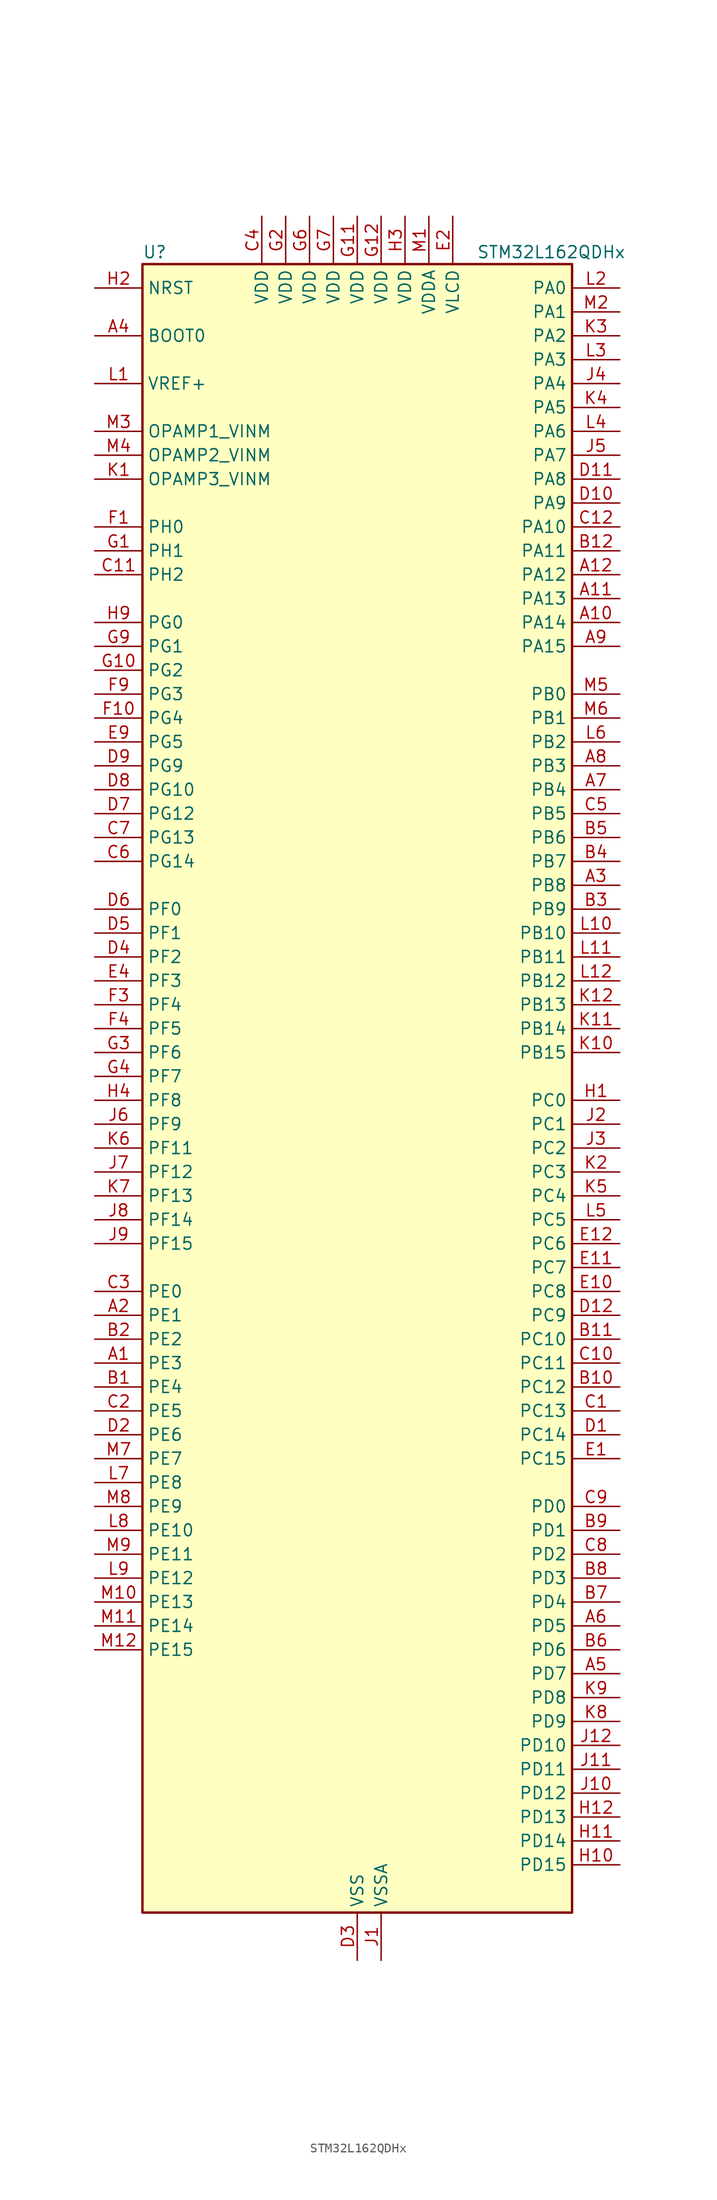
<source format=kicad_sym>
(kicad_symbol_lib
  (version 20231120)
  (generator "kicad-library-utils")
  (generator_version "8.0")
  (symbol "STM32L162QDHx"
    (property "Reference" "U"
      (at -22.86 90.17 0)
      (effects (font (size 1.27 1.27)) (justify left)))
    (property "Value" "STM32L162QDHx"
      (at 12.7 90.17 0)
      (effects (font (size 1.27 1.27)) (justify left)))
    (symbol "STM32L162QDHx_0_1"
      (rectangle (start -22.86 -86.36) (end 22.86 88.9) (stroke (width 0.254) (type default)) (fill (type background))))
    (symbol "STM32L162QDHx_1_1"
      (pin bidirectional line (at -27.94 -27.94 0) (length 5.08) (name "PE3" (effects (font (size 1.27 1.27)))) (number "A1" (effects (font (size 1.27 1.27)))) (alternate "FSMC_A19" bidirectional line) (alternate "LCD_SEG39" bidirectional line) (alternate "SYS_TRACED0" bidirectional line) (alternate "TIM3_CH1" bidirectional line) (alternate "TIMX_IC4" bidirectional line))
      (pin bidirectional line (at 27.94 50.8 180) (length 5.08) (name "PA14" (effects (font (size 1.27 1.27)))) (number "A10" (effects (font (size 1.27 1.27)))) (alternate "SYS_JTCK-SWCLK" bidirectional line) (alternate "TIMX_IC3" bidirectional line) (alternate "TS_G5_IO2" bidirectional line))
      (pin bidirectional line (at 27.94 53.34 180) (length 5.08) (name "PA13" (effects (font (size 1.27 1.27)))) (number "A11" (effects (font (size 1.27 1.27)))) (alternate "SYS_JTMS-SWDIO" bidirectional line) (alternate "TIMX_IC2" bidirectional line) (alternate "TS_G5_IO1" bidirectional line))
      (pin bidirectional line (at 27.94 55.88 180) (length 5.08) (name "PA12" (effects (font (size 1.27 1.27)))) (number "A12" (effects (font (size 1.27 1.27)))) (alternate "SPI1_MOSI" bidirectional line) (alternate "TIMX_IC1" bidirectional line) (alternate "USART1_RTS" bidirectional line) (alternate "USB_DP" bidirectional line))
      (pin bidirectional line (at -27.94 -22.86 0) (length 5.08) (name "PE1" (effects (font (size 1.27 1.27)))) (number "A2" (effects (font (size 1.27 1.27)))) (alternate "FSMC_NBL1" bidirectional line) (alternate "LCD_SEG37" bidirectional line) (alternate "TIM11_CH1" bidirectional line) (alternate "TIMX_IC2" bidirectional line))
      (pin bidirectional line (at 27.94 22.86 180) (length 5.08) (name "PB8" (effects (font (size 1.27 1.27)))) (number "A3" (effects (font (size 1.27 1.27)))) (alternate "I2C1_SCL" bidirectional line) (alternate "LCD_SEG16" bidirectional line) (alternate "SDIO_D4" bidirectional line) (alternate "TIM10_CH1" bidirectional line) (alternate "TIM4_CH3" bidirectional line))
      (pin input line (at -27.94 81.28 0) (length 5.08) (name "BOOT0" (effects (font (size 1.27 1.27)))) (number "A4" (effects (font (size 1.27 1.27)))))
      (pin bidirectional line (at 27.94 -60.96 180) (length 5.08) (name "PD7" (effects (font (size 1.27 1.27)))) (number "A5" (effects (font (size 1.27 1.27)))) (alternate "FSMC_NE1" bidirectional line) (alternate "TIM9_CH2" bidirectional line) (alternate "TIMX_IC4" bidirectional line) (alternate "USART2_CK" bidirectional line))
      (pin bidirectional line (at 27.94 -55.88 180) (length 5.08) (name "PD5" (effects (font (size 1.27 1.27)))) (number "A6" (effects (font (size 1.27 1.27)))) (alternate "FSMC_NWE" bidirectional line) (alternate "TIMX_IC2" bidirectional line) (alternate "USART2_TX" bidirectional line))
      (pin bidirectional line (at 27.94 33.02 180) (length 5.08) (name "PB4" (effects (font (size 1.27 1.27)))) (number "A7" (effects (font (size 1.27 1.27)))) (alternate "COMP2_INP" bidirectional line) (alternate "LCD_SEG8" bidirectional line) (alternate "SPI1_MISO" bidirectional line) (alternate "SPI3_MISO" bidirectional line) (alternate "SYS_JTRST" bidirectional line) (alternate "TIM3_CH1" bidirectional line) (alternate "TS_G6_IO1" bidirectional line))
      (pin bidirectional line (at 27.94 35.56 180) (length 5.08) (name "PB3" (effects (font (size 1.27 1.27)))) (number "A8" (effects (font (size 1.27 1.27)))) (alternate "COMP2_INM" bidirectional line) (alternate "I2S3_CK" bidirectional line) (alternate "LCD_SEG7" bidirectional line) (alternate "SPI1_SCK" bidirectional line) (alternate "SPI3_SCK" bidirectional line) (alternate "SYS_JTDO-TRACESWO" bidirectional line) (alternate "TIM2_CH2" bidirectional line))
      (pin bidirectional line (at 27.94 48.26 180) (length 5.08) (name "PA15" (effects (font (size 1.27 1.27)))) (number "A9" (effects (font (size 1.27 1.27)))) (alternate "ADC_EXTI15" bidirectional line) (alternate "I2S3_WS" bidirectional line) (alternate "LCD_SEG17" bidirectional line) (alternate "SPI1_NSS" bidirectional line) (alternate "SPI3_NSS" bidirectional line) (alternate "SYS_JTDI" bidirectional line) (alternate "TIM2_CH1" bidirectional line) (alternate "TIM2_ETR" bidirectional line) (alternate "TIMX_IC4" bidirectional line) (alternate "TS_G5_IO3" bidirectional line))
      (pin bidirectional line (at -27.94 -30.48 0) (length 5.08) (name "PE4" (effects (font (size 1.27 1.27)))) (number "B1" (effects (font (size 1.27 1.27)))) (alternate "FSMC_A20" bidirectional line) (alternate "SYS_TRACED1" bidirectional line) (alternate "TIM3_CH2" bidirectional line) (alternate "TIMX_IC1" bidirectional line))
      (pin bidirectional line (at 27.94 -30.48 180) (length 5.08) (name "PC12" (effects (font (size 1.27 1.27)))) (number "B10" (effects (font (size 1.27 1.27)))) (alternate "I2S3_SD" bidirectional line) (alternate "LCD_COM6" bidirectional line) (alternate "LCD_SEG30" bidirectional line) (alternate "LCD_SEG42" bidirectional line) (alternate "SDIO_CK" bidirectional line) (alternate "SPI3_MOSI" bidirectional line) (alternate "TIMX_IC1" bidirectional line) (alternate "UART5_TX" bidirectional line) (alternate "USART3_CK" bidirectional line))
      (pin bidirectional line (at 27.94 -25.4 180) (length 5.08) (name "PC10" (effects (font (size 1.27 1.27)))) (number "B11" (effects (font (size 1.27 1.27)))) (alternate "I2S3_CK" bidirectional line) (alternate "LCD_COM4" bidirectional line) (alternate "LCD_SEG28" bidirectional line) (alternate "LCD_SEG40" bidirectional line) (alternate "SDIO_D2" bidirectional line) (alternate "SPI3_SCK" bidirectional line) (alternate "TIMX_IC3" bidirectional line) (alternate "UART4_TX" bidirectional line) (alternate "USART3_TX" bidirectional line))
      (pin bidirectional line (at 27.94 58.42 180) (length 5.08) (name "PA11" (effects (font (size 1.27 1.27)))) (number "B12" (effects (font (size 1.27 1.27)))) (alternate "ADC_EXTI11" bidirectional line) (alternate "SPI1_MISO" bidirectional line) (alternate "TIMX_IC4" bidirectional line) (alternate "USART1_CTS" bidirectional line) (alternate "USB_DM" bidirectional line))
      (pin bidirectional line (at -27.94 -25.4 0) (length 5.08) (name "PE2" (effects (font (size 1.27 1.27)))) (number "B2" (effects (font (size 1.27 1.27)))) (alternate "FSMC_A23" bidirectional line) (alternate "LCD_SEG38" bidirectional line) (alternate "SYS_TRACECK" bidirectional line) (alternate "TIM3_ETR" bidirectional line) (alternate "TIMX_IC3" bidirectional line))
      (pin bidirectional line (at 27.94 20.32 180) (length 5.08) (name "PB9" (effects (font (size 1.27 1.27)))) (number "B3" (effects (font (size 1.27 1.27)))) (alternate "DAC_EXTI9" bidirectional line) (alternate "I2C1_SDA" bidirectional line) (alternate "LCD_COM3" bidirectional line) (alternate "SDIO_D5" bidirectional line) (alternate "TIM11_CH1" bidirectional line) (alternate "TIM4_CH4" bidirectional line))
      (pin bidirectional line (at 27.94 25.4 180) (length 5.08) (name "PB7" (effects (font (size 1.27 1.27)))) (number "B4" (effects (font (size 1.27 1.27)))) (alternate "COMP2_INP" bidirectional line) (alternate "FSMC_NL" bidirectional line) (alternate "I2C1_SDA" bidirectional line) (alternate "SYS_PVD_IN" bidirectional line) (alternate "TIM4_CH2" bidirectional line) (alternate "TS_G6_IO4" bidirectional line) (alternate "USART1_RX" bidirectional line))
      (pin bidirectional line (at 27.94 27.94 180) (length 5.08) (name "PB6" (effects (font (size 1.27 1.27)))) (number "B5" (effects (font (size 1.27 1.27)))) (alternate "COMP2_INP" bidirectional line) (alternate "I2C1_SCL" bidirectional line) (alternate "TIM4_CH1" bidirectional line) (alternate "TS_G6_IO3" bidirectional line) (alternate "USART1_TX" bidirectional line))
      (pin bidirectional line (at 27.94 -58.42 180) (length 5.08) (name "PD6" (effects (font (size 1.27 1.27)))) (number "B6" (effects (font (size 1.27 1.27)))) (alternate "FSMC_NWAIT" bidirectional line) (alternate "TIMX_IC3" bidirectional line) (alternate "USART2_RX" bidirectional line))
      (pin bidirectional line (at 27.94 -53.34 180) (length 5.08) (name "PD4" (effects (font (size 1.27 1.27)))) (number "B7" (effects (font (size 1.27 1.27)))) (alternate "FSMC_NOE" bidirectional line) (alternate "I2S2_SD" bidirectional line) (alternate "SPI2_MOSI" bidirectional line) (alternate "TIMX_IC1" bidirectional line) (alternate "USART2_RTS" bidirectional line))
      (pin bidirectional line (at 27.94 -50.8 180) (length 5.08) (name "PD3" (effects (font (size 1.27 1.27)))) (number "B8" (effects (font (size 1.27 1.27)))) (alternate "FSMC_CLK" bidirectional line) (alternate "SPI2_MISO" bidirectional line) (alternate "TIMX_IC4" bidirectional line) (alternate "USART2_CTS" bidirectional line))
      (pin bidirectional line (at 27.94 -45.72 180) (length 5.08) (name "PD1" (effects (font (size 1.27 1.27)))) (number "B9" (effects (font (size 1.27 1.27)))) (alternate "FSMC_D3" bidirectional line) (alternate "FSMC_DA3" bidirectional line) (alternate "I2S2_CK" bidirectional line) (alternate "SPI2_SCK" bidirectional line) (alternate "TIMX_IC2" bidirectional line))
      (pin bidirectional line (at 27.94 -33.02 180) (length 5.08) (name "PC13" (effects (font (size 1.27 1.27)))) (number "C1" (effects (font (size 1.27 1.27)))) (alternate "RTC_OUT_ALARM" bidirectional line) (alternate "RTC_OUT_CALIB" bidirectional line) (alternate "RTC_TAMP1" bidirectional line) (alternate "RTC_TS" bidirectional line) (alternate "SYS_WKUP2" bidirectional line) (alternate "TIMX_IC2" bidirectional line))
      (pin bidirectional line (at 27.94 -27.94 180) (length 5.08) (name "PC11" (effects (font (size 1.27 1.27)))) (number "C10" (effects (font (size 1.27 1.27)))) (alternate "ADC_EXTI11" bidirectional line) (alternate "LCD_COM5" bidirectional line) (alternate "LCD_SEG29" bidirectional line) (alternate "LCD_SEG41" bidirectional line) (alternate "SDIO_D3" bidirectional line) (alternate "SPI3_MISO" bidirectional line) (alternate "TIMX_IC4" bidirectional line) (alternate "UART4_RX" bidirectional line) (alternate "USART3_RX" bidirectional line))
      (pin bidirectional line (at -27.94 55.88 0) (length 5.08) (name "PH2" (effects (font (size 1.27 1.27)))) (number "C11" (effects (font (size 1.27 1.27)))) (alternate "FSMC_A22" bidirectional line))
      (pin bidirectional line (at 27.94 60.96 180) (length 5.08) (name "PA10" (effects (font (size 1.27 1.27)))) (number "C12" (effects (font (size 1.27 1.27)))) (alternate "LCD_COM2" bidirectional line) (alternate "TIMX_IC3" bidirectional line) (alternate "TS_G4_IO3" bidirectional line) (alternate "USART1_RX" bidirectional line))
      (pin bidirectional line (at -27.94 -33.02 0) (length 5.08) (name "PE5" (effects (font (size 1.27 1.27)))) (number "C2" (effects (font (size 1.27 1.27)))) (alternate "FSMC_A21" bidirectional line) (alternate "SYS_TRACED2" bidirectional line) (alternate "TIM9_CH1" bidirectional line) (alternate "TIMX_IC2" bidirectional line))
      (pin bidirectional line (at -27.94 -20.32 0) (length 5.08) (name "PE0" (effects (font (size 1.27 1.27)))) (number "C3" (effects (font (size 1.27 1.27)))) (alternate "FSMC_NBL0" bidirectional line) (alternate "LCD_SEG36" bidirectional line) (alternate "TIM10_CH1" bidirectional line) (alternate "TIM4_ETR" bidirectional line) (alternate "TIMX_IC1" bidirectional line))
      (pin power_in line (at -10.16 93.98 270) (length 5.08) (name "VDD" (effects (font (size 1.27 1.27)))) (number "C4" (effects (font (size 1.27 1.27)))))
      (pin bidirectional line (at 27.94 30.48 180) (length 5.08) (name "PB5" (effects (font (size 1.27 1.27)))) (number "C5" (effects (font (size 1.27 1.27)))) (alternate "COMP2_INP" bidirectional line) (alternate "I2C1_SMBA" bidirectional line) (alternate "I2S3_SD" bidirectional line) (alternate "LCD_SEG9" bidirectional line) (alternate "SPI1_MOSI" bidirectional line) (alternate "SPI3_MOSI" bidirectional line) (alternate "TIM3_CH2" bidirectional line) (alternate "TS_G6_IO2" bidirectional line))
      (pin bidirectional line (at -27.94 25.4 0) (length 5.08) (name "PG14" (effects (font (size 1.27 1.27)))) (number "C6" (effects (font (size 1.27 1.27)))) (alternate "FSMC_A25" bidirectional line))
      (pin bidirectional line (at -27.94 27.94 0) (length 5.08) (name "PG13" (effects (font (size 1.27 1.27)))) (number "C7" (effects (font (size 1.27 1.27)))) (alternate "FSMC_A24" bidirectional line))
      (pin bidirectional line (at 27.94 -48.26 180) (length 5.08) (name "PD2" (effects (font (size 1.27 1.27)))) (number "C8" (effects (font (size 1.27 1.27)))) (alternate "LCD_COM7" bidirectional line) (alternate "LCD_SEG31" bidirectional line) (alternate "LCD_SEG43" bidirectional line) (alternate "SDIO_CMD" bidirectional line) (alternate "TIM3_ETR" bidirectional line) (alternate "TIMX_IC3" bidirectional line) (alternate "UART5_RX" bidirectional line))
      (pin bidirectional line (at 27.94 -43.18 180) (length 5.08) (name "PD0" (effects (font (size 1.27 1.27)))) (number "C9" (effects (font (size 1.27 1.27)))) (alternate "FSMC_D2" bidirectional line) (alternate "FSMC_DA2" bidirectional line) (alternate "I2S2_WS" bidirectional line) (alternate "SPI2_NSS" bidirectional line) (alternate "TIM9_CH1" bidirectional line) (alternate "TIMX_IC1" bidirectional line))
      (pin bidirectional line (at 27.94 -35.56 180) (length 5.08) (name "PC14" (effects (font (size 1.27 1.27)))) (number "D1" (effects (font (size 1.27 1.27)))) (alternate "RCC_OSC32_IN" bidirectional line) (alternate "TIMX_IC3" bidirectional line))
      (pin bidirectional line (at 27.94 63.5 180) (length 5.08) (name "PA9" (effects (font (size 1.27 1.27)))) (number "D10" (effects (font (size 1.27 1.27)))) (alternate "DAC_EXTI9" bidirectional line) (alternate "LCD_COM1" bidirectional line) (alternate "TIMX_IC2" bidirectional line) (alternate "TS_G4_IO2" bidirectional line) (alternate "USART1_TX" bidirectional line))
      (pin bidirectional line (at 27.94 66.04 180) (length 5.08) (name "PA8" (effects (font (size 1.27 1.27)))) (number "D11" (effects (font (size 1.27 1.27)))) (alternate "LCD_COM0" bidirectional line) (alternate "RCC_MCO" bidirectional line) (alternate "TIMX_IC1" bidirectional line) (alternate "TS_G4_IO1" bidirectional line) (alternate "USART1_CK" bidirectional line))
      (pin bidirectional line (at 27.94 -22.86 180) (length 5.08) (name "PC9" (effects (font (size 1.27 1.27)))) (number "D12" (effects (font (size 1.27 1.27)))) (alternate "DAC_EXTI9" bidirectional line) (alternate "LCD_SEG27" bidirectional line) (alternate "SDIO_D1" bidirectional line) (alternate "TIM3_CH4" bidirectional line) (alternate "TIMX_IC2" bidirectional line) (alternate "TS_G10_IO4" bidirectional line))
      (pin bidirectional line (at -27.94 -35.56 0) (length 5.08) (name "PE6" (effects (font (size 1.27 1.27)))) (number "D2" (effects (font (size 1.27 1.27)))) (alternate "RTC_TAMP3" bidirectional line) (alternate "SYS_TRACED3" bidirectional line) (alternate "SYS_WKUP3" bidirectional line) (alternate "TIM9_CH2" bidirectional line) (alternate "TIMX_IC3" bidirectional line))
      (pin power_in line (at 0 -91.44 90) (length 5.08) (name "VSS" (effects (font (size 1.27 1.27)))) (number "D3" (effects (font (size 1.27 1.27)))))
      (pin bidirectional line (at -27.94 15.24 0) (length 5.08) (name "PF2" (effects (font (size 1.27 1.27)))) (number "D4" (effects (font (size 1.27 1.27)))) (alternate "FSMC_A2" bidirectional line))
      (pin bidirectional line (at -27.94 17.78 0) (length 5.08) (name "PF1" (effects (font (size 1.27 1.27)))) (number "D5" (effects (font (size 1.27 1.27)))) (alternate "FSMC_A1" bidirectional line))
      (pin bidirectional line (at -27.94 20.32 0) (length 5.08) (name "PF0" (effects (font (size 1.27 1.27)))) (number "D6" (effects (font (size 1.27 1.27)))) (alternate "FSMC_A0" bidirectional line))
      (pin bidirectional line (at -27.94 30.48 0) (length 5.08) (name "PG12" (effects (font (size 1.27 1.27)))) (number "D7" (effects (font (size 1.27 1.27)))) (alternate "FSMC_NE4" bidirectional line))
      (pin bidirectional line (at -27.94 33.02 0) (length 5.08) (name "PG10" (effects (font (size 1.27 1.27)))) (number "D8" (effects (font (size 1.27 1.27)))) (alternate "FSMC_NE3" bidirectional line))
      (pin bidirectional line (at -27.94 35.56 0) (length 5.08) (name "PG9" (effects (font (size 1.27 1.27)))) (number "D9" (effects (font (size 1.27 1.27)))) (alternate "DAC_EXTI9" bidirectional line) (alternate "FSMC_NE2" bidirectional line))
      (pin bidirectional line (at 27.94 -38.1 180) (length 5.08) (name "PC15" (effects (font (size 1.27 1.27)))) (number "E1" (effects (font (size 1.27 1.27)))) (alternate "ADC_EXTI15" bidirectional line) (alternate "RCC_OSC32_OUT" bidirectional line) (alternate "TIMX_IC4" bidirectional line))
      (pin bidirectional line (at 27.94 -20.32 180) (length 5.08) (name "PC8" (effects (font (size 1.27 1.27)))) (number "E10" (effects (font (size 1.27 1.27)))) (alternate "LCD_SEG26" bidirectional line) (alternate "SDIO_D0" bidirectional line) (alternate "TIM3_CH3" bidirectional line) (alternate "TIMX_IC1" bidirectional line) (alternate "TS_G10_IO3" bidirectional line))
      (pin bidirectional line (at 27.94 -17.78 180) (length 5.08) (name "PC7" (effects (font (size 1.27 1.27)))) (number "E11" (effects (font (size 1.27 1.27)))) (alternate "I2S3_MCK" bidirectional line) (alternate "LCD_SEG25" bidirectional line) (alternate "SDIO_D7" bidirectional line) (alternate "TIM3_CH2" bidirectional line) (alternate "TIMX_IC4" bidirectional line) (alternate "TS_G10_IO2" bidirectional line))
      (pin bidirectional line (at 27.94 -15.24 180) (length 5.08) (name "PC6" (effects (font (size 1.27 1.27)))) (number "E12" (effects (font (size 1.27 1.27)))) (alternate "I2S2_MCK" bidirectional line) (alternate "LCD_SEG24" bidirectional line) (alternate "SDIO_D6" bidirectional line) (alternate "TIM3_CH1" bidirectional line) (alternate "TIMX_IC3" bidirectional line) (alternate "TS_G10_IO1" bidirectional line))
      (pin power_in line (at 10.16 93.98 270) (length 5.08) (name "VLCD" (effects (font (size 1.27 1.27)))) (number "E2" (effects (font (size 1.27 1.27)))))
      (pin passive line (at 0 -91.44 90) (length 5.08) hide (name "VSS" (effects (font (size 1.27 1.27)))) (number "E3" (effects (font (size 1.27 1.27)))))
      (pin bidirectional line (at -27.94 12.7 0) (length 5.08) (name "PF3" (effects (font (size 1.27 1.27)))) (number "E4" (effects (font (size 1.27 1.27)))) (alternate "FSMC_A3" bidirectional line))
      (pin bidirectional line (at -27.94 38.1 0) (length 5.08) (name "PG5" (effects (font (size 1.27 1.27)))) (number "E9" (effects (font (size 1.27 1.27)))) (alternate "FSMC_A15" bidirectional line))
      (pin bidirectional line (at -27.94 60.96 0) (length 5.08) (name "PH0" (effects (font (size 1.27 1.27)))) (number "F1" (effects (font (size 1.27 1.27)))) (alternate "RCC_OSC_IN" bidirectional line))
      (pin bidirectional line (at -27.94 40.64 0) (length 5.08) (name "PG4" (effects (font (size 1.27 1.27)))) (number "F10" (effects (font (size 1.27 1.27)))) (alternate "ADC_IN12b" bidirectional line) (alternate "FSMC_A14" bidirectional line) (alternate "TS_G7_IO7" bidirectional line))
      (pin passive line (at 0 -91.44 90) (length 5.08) hide (name "VSS" (effects (font (size 1.27 1.27)))) (number "F11" (effects (font (size 1.27 1.27)))))
      (pin passive line (at 0 -91.44 90) (length 5.08) hide (name "VSS" (effects (font (size 1.27 1.27)))) (number "F12" (effects (font (size 1.27 1.27)))))
      (pin passive line (at 0 -91.44 90) (length 5.08) hide (name "VSS" (effects (font (size 1.27 1.27)))) (number "F2" (effects (font (size 1.27 1.27)))))
      (pin bidirectional line (at -27.94 10.16 0) (length 5.08) (name "PF4" (effects (font (size 1.27 1.27)))) (number "F3" (effects (font (size 1.27 1.27)))) (alternate "FSMC_A4" bidirectional line))
      (pin bidirectional line (at -27.94 7.62 0) (length 5.08) (name "PF5" (effects (font (size 1.27 1.27)))) (number "F4" (effects (font (size 1.27 1.27)))) (alternate "FSMC_A5" bidirectional line))
      (pin passive line (at 0 -91.44 90) (length 5.08) hide (name "VSS" (effects (font (size 1.27 1.27)))) (number "F6" (effects (font (size 1.27 1.27)))))
      (pin passive line (at 0 -91.44 90) (length 5.08) hide (name "VSS" (effects (font (size 1.27 1.27)))) (number "F7" (effects (font (size 1.27 1.27)))))
      (pin bidirectional line (at -27.94 43.18 0) (length 5.08) (name "PG3" (effects (font (size 1.27 1.27)))) (number "F9" (effects (font (size 1.27 1.27)))) (alternate "ADC_IN11b" bidirectional line) (alternate "FSMC_A13" bidirectional line) (alternate "TS_G7_IO6" bidirectional line))
      (pin bidirectional line (at -27.94 58.42 0) (length 5.08) (name "PH1" (effects (font (size 1.27 1.27)))) (number "G1" (effects (font (size 1.27 1.27)))) (alternate "RCC_OSC_OUT" bidirectional line))
      (pin bidirectional line (at -27.94 45.72 0) (length 5.08) (name "PG2" (effects (font (size 1.27 1.27)))) (number "G10" (effects (font (size 1.27 1.27)))) (alternate "ADC_IN10b" bidirectional line) (alternate "FSMC_A12" bidirectional line) (alternate "TS_G7_IO5" bidirectional line))
      (pin power_in line (at 0 93.98 270) (length 5.08) (name "VDD" (effects (font (size 1.27 1.27)))) (number "G11" (effects (font (size 1.27 1.27)))))
      (pin power_in line (at 2.54 93.98 270) (length 5.08) (name "VDD" (effects (font (size 1.27 1.27)))) (number "G12" (effects (font (size 1.27 1.27)))))
      (pin power_in line (at -7.62 93.98 270) (length 5.08) (name "VDD" (effects (font (size 1.27 1.27)))) (number "G2" (effects (font (size 1.27 1.27)))))
      (pin bidirectional line (at -27.94 5.08 0) (length 5.08) (name "PF6" (effects (font (size 1.27 1.27)))) (number "G3" (effects (font (size 1.27 1.27)))) (alternate "ADC_IN27" bidirectional line) (alternate "TIM5_CH1" bidirectional line) (alternate "TIM5_ETR" bidirectional line) (alternate "TS_G11_IO1" bidirectional line))
      (pin bidirectional line (at -27.94 2.54 0) (length 5.08) (name "PF7" (effects (font (size 1.27 1.27)))) (number "G4" (effects (font (size 1.27 1.27)))) (alternate "ADC_IN28" bidirectional line) (alternate "COMP1_INP" bidirectional line) (alternate "TIM5_CH2" bidirectional line) (alternate "TS_G11_IO2" bidirectional line))
      (pin power_in line (at -5.08 93.98 270) (length 5.08) (name "VDD" (effects (font (size 1.27 1.27)))) (number "G6" (effects (font (size 1.27 1.27)))))
      (pin power_in line (at -2.54 93.98 270) (length 5.08) (name "VDD" (effects (font (size 1.27 1.27)))) (number "G7" (effects (font (size 1.27 1.27)))))
      (pin bidirectional line (at -27.94 48.26 0) (length 5.08) (name "PG1" (effects (font (size 1.27 1.27)))) (number "G9" (effects (font (size 1.27 1.27)))) (alternate "ADC_IN9b" bidirectional line) (alternate "FSMC_A11" bidirectional line) (alternate "TS_G2_IO5" bidirectional line))
      (pin bidirectional line (at 27.94 0 180) (length 5.08) (name "PC0" (effects (font (size 1.27 1.27)))) (number "H1" (effects (font (size 1.27 1.27)))) (alternate "ADC_IN10" bidirectional line) (alternate "COMP1_INP" bidirectional line) (alternate "LCD_SEG18" bidirectional line) (alternate "TIMX_IC1" bidirectional line) (alternate "TS_G8_IO1" bidirectional line))
      (pin bidirectional line (at 27.94 -81.28 180) (length 5.08) (name "PD15" (effects (font (size 1.27 1.27)))) (number "H10" (effects (font (size 1.27 1.27)))) (alternate "ADC_EXTI15" bidirectional line) (alternate "FSMC_D1" bidirectional line) (alternate "FSMC_DA1" bidirectional line) (alternate "LCD_SEG35" bidirectional line) (alternate "TIM4_CH4" bidirectional line) (alternate "TIMX_IC4" bidirectional line))
      (pin bidirectional line (at 27.94 -78.74 180) (length 5.08) (name "PD14" (effects (font (size 1.27 1.27)))) (number "H11" (effects (font (size 1.27 1.27)))) (alternate "FSMC_D0" bidirectional line) (alternate "FSMC_DA0" bidirectional line) (alternate "LCD_SEG34" bidirectional line) (alternate "TIM4_CH3" bidirectional line) (alternate "TIMX_IC3" bidirectional line))
      (pin bidirectional line (at 27.94 -76.2 180) (length 5.08) (name "PD13" (effects (font (size 1.27 1.27)))) (number "H12" (effects (font (size 1.27 1.27)))) (alternate "FSMC_A18" bidirectional line) (alternate "LCD_SEG33" bidirectional line) (alternate "TIM4_CH2" bidirectional line) (alternate "TIMX_IC2" bidirectional line))
      (pin input line (at -27.94 86.36 0) (length 5.08) (name "NRST" (effects (font (size 1.27 1.27)))) (number "H2" (effects (font (size 1.27 1.27)))))
      (pin power_in line (at 5.08 93.98 270) (length 5.08) (name "VDD" (effects (font (size 1.27 1.27)))) (number "H3" (effects (font (size 1.27 1.27)))))
      (pin bidirectional line (at -27.94 0 0) (length 5.08) (name "PF8" (effects (font (size 1.27 1.27)))) (number "H4" (effects (font (size 1.27 1.27)))) (alternate "ADC_IN29" bidirectional line) (alternate "COMP1_INP" bidirectional line) (alternate "TIM5_CH3" bidirectional line) (alternate "TS_G11_IO3" bidirectional line))
      (pin bidirectional line (at -27.94 50.8 0) (length 5.08) (name "PG0" (effects (font (size 1.27 1.27)))) (number "H9" (effects (font (size 1.27 1.27)))) (alternate "ADC_IN8b" bidirectional line) (alternate "FSMC_A10" bidirectional line) (alternate "TS_G2_IO4" bidirectional line))
      (pin power_in line (at 2.54 -91.44 90) (length 5.08) (name "VSSA" (effects (font (size 1.27 1.27)))) (number "J1" (effects (font (size 1.27 1.27)))))
      (pin bidirectional line (at 27.94 -73.66 180) (length 5.08) (name "PD12" (effects (font (size 1.27 1.27)))) (number "J10" (effects (font (size 1.27 1.27)))) (alternate "FSMC_A17" bidirectional line) (alternate "LCD_SEG32" bidirectional line) (alternate "TIM4_CH1" bidirectional line) (alternate "TIMX_IC1" bidirectional line) (alternate "USART3_RTS" bidirectional line))
      (pin bidirectional line (at 27.94 -71.12 180) (length 5.08) (name "PD11" (effects (font (size 1.27 1.27)))) (number "J11" (effects (font (size 1.27 1.27)))) (alternate "ADC_EXTI11" bidirectional line) (alternate "FSMC_A16" bidirectional line) (alternate "LCD_SEG31" bidirectional line) (alternate "TIMX_IC4" bidirectional line) (alternate "USART3_CTS" bidirectional line))
      (pin bidirectional line (at 27.94 -68.58 180) (length 5.08) (name "PD10" (effects (font (size 1.27 1.27)))) (number "J12" (effects (font (size 1.27 1.27)))) (alternate "FSMC_D15" bidirectional line) (alternate "FSMC_DA15" bidirectional line) (alternate "LCD_SEG30" bidirectional line) (alternate "TIMX_IC3" bidirectional line) (alternate "USART3_CK" bidirectional line))
      (pin bidirectional line (at 27.94 -2.54 180) (length 5.08) (name "PC1" (effects (font (size 1.27 1.27)))) (number "J2" (effects (font (size 1.27 1.27)))) (alternate "ADC_IN11" bidirectional line) (alternate "COMP1_INP" bidirectional line) (alternate "LCD_SEG19" bidirectional line) (alternate "OPAMP3_VINP" bidirectional line) (alternate "TIMX_IC2" bidirectional line) (alternate "TS_G8_IO2" bidirectional line))
      (pin bidirectional line (at 27.94 -5.08 180) (length 5.08) (name "PC2" (effects (font (size 1.27 1.27)))) (number "J3" (effects (font (size 1.27 1.27)))) (alternate "ADC_IN12" bidirectional line) (alternate "COMP1_INP" bidirectional line) (alternate "LCD_SEG20" bidirectional line) (alternate "TIMX_IC3" bidirectional line) (alternate "TS_G8_IO3" bidirectional line))
      (pin bidirectional line (at 27.94 76.2 180) (length 5.08) (name "PA4" (effects (font (size 1.27 1.27)))) (number "J4" (effects (font (size 1.27 1.27)))) (alternate "ADC_IN4" bidirectional line) (alternate "COMP1_INP" bidirectional line) (alternate "DAC_OUT1" bidirectional line) (alternate "I2S3_WS" bidirectional line) (alternate "SPI1_NSS" bidirectional line) (alternate "SPI3_NSS" bidirectional line) (alternate "TIMX_IC1" bidirectional line) (alternate "USART2_CK" bidirectional line))
      (pin bidirectional line (at 27.94 68.58 180) (length 5.08) (name "PA7" (effects (font (size 1.27 1.27)))) (number "J5" (effects (font (size 1.27 1.27)))) (alternate "ADC_IN7" bidirectional line) (alternate "COMP1_INP" bidirectional line) (alternate "LCD_SEG4" bidirectional line) (alternate "SPI1_MOSI" bidirectional line) (alternate "TIM11_CH1" bidirectional line) (alternate "TIM3_CH2" bidirectional line) (alternate "TIMX_IC4" bidirectional line) (alternate "TS_G2_IO2" bidirectional line))
      (pin bidirectional line (at -27.94 -2.54 0) (length 5.08) (name "PF9" (effects (font (size 1.27 1.27)))) (number "J6" (effects (font (size 1.27 1.27)))) (alternate "ADC_IN30" bidirectional line) (alternate "COMP1_INP" bidirectional line) (alternate "DAC_EXTI9" bidirectional line) (alternate "TIM5_CH4" bidirectional line) (alternate "TS_G11_IO4" bidirectional line))
      (pin bidirectional line (at -27.94 -7.62 0) (length 5.08) (name "PF12" (effects (font (size 1.27 1.27)))) (number "J7" (effects (font (size 1.27 1.27)))) (alternate "ADC_IN2b" bidirectional line) (alternate "FSMC_A6" bidirectional line) (alternate "TS_G3_IO5" bidirectional line))
      (pin bidirectional line (at -27.94 -12.7 0) (length 5.08) (name "PF14" (effects (font (size 1.27 1.27)))) (number "J8" (effects (font (size 1.27 1.27)))) (alternate "ADC_IN6b" bidirectional line) (alternate "FSMC_A8" bidirectional line) (alternate "TS_G9_IO4" bidirectional line))
      (pin bidirectional line (at -27.94 -15.24 0) (length 5.08) (name "PF15" (effects (font (size 1.27 1.27)))) (number "J9" (effects (font (size 1.27 1.27)))) (alternate "ADC_EXTI15" bidirectional line) (alternate "ADC_IN7b" bidirectional line) (alternate "FSMC_A9" bidirectional line) (alternate "TS_G2_IO3" bidirectional line))
      (pin input line (at -27.94 66.04 0) (length 5.08) (name "OPAMP3_VINM" (effects (font (size 1.27 1.27)))) (number "K1" (effects (font (size 1.27 1.27)))) (alternate "OPAMP3_VINM" bidirectional line))
      (pin bidirectional line (at 27.94 5.08 180) (length 5.08) (name "PB15" (effects (font (size 1.27 1.27)))) (number "K10" (effects (font (size 1.27 1.27)))) (alternate "ADC_EXTI15" bidirectional line) (alternate "ADC_IN21" bidirectional line) (alternate "COMP1_INP" bidirectional line) (alternate "I2S2_SD" bidirectional line) (alternate "LCD_SEG15" bidirectional line) (alternate "RTC_REFIN" bidirectional line) (alternate "SPI2_MOSI" bidirectional line) (alternate "TIM11_CH1" bidirectional line) (alternate "TS_G7_IO4" bidirectional line))
      (pin bidirectional line (at 27.94 7.62 180) (length 5.08) (name "PB14" (effects (font (size 1.27 1.27)))) (number "K11" (effects (font (size 1.27 1.27)))) (alternate "ADC_IN20" bidirectional line) (alternate "COMP1_INP" bidirectional line) (alternate "LCD_SEG14" bidirectional line) (alternate "SPI2_MISO" bidirectional line) (alternate "TIM9_CH2" bidirectional line) (alternate "TS_G7_IO3" bidirectional line) (alternate "USART3_RTS" bidirectional line))
      (pin bidirectional line (at 27.94 10.16 180) (length 5.08) (name "PB13" (effects (font (size 1.27 1.27)))) (number "K12" (effects (font (size 1.27 1.27)))) (alternate "ADC_IN19" bidirectional line) (alternate "COMP1_INP" bidirectional line) (alternate "I2S2_CK" bidirectional line) (alternate "LCD_SEG13" bidirectional line) (alternate "SPI2_SCK" bidirectional line) (alternate "TIM9_CH1" bidirectional line) (alternate "TS_G7_IO2" bidirectional line) (alternate "USART3_CTS" bidirectional line))
      (pin bidirectional line (at 27.94 -7.62 180) (length 5.08) (name "PC3" (effects (font (size 1.27 1.27)))) (number "K2" (effects (font (size 1.27 1.27)))) (alternate "ADC_IN13" bidirectional line) (alternate "COMP1_INP" bidirectional line) (alternate "LCD_SEG21" bidirectional line) (alternate "OPAMP3_VOUT" bidirectional line) (alternate "TIMX_IC4" bidirectional line) (alternate "TS_G8_IO4" bidirectional line))
      (pin bidirectional line (at 27.94 81.28 180) (length 5.08) (name "PA2" (effects (font (size 1.27 1.27)))) (number "K3" (effects (font (size 1.27 1.27)))) (alternate "ADC_IN2" bidirectional line) (alternate "COMP1_INP" bidirectional line) (alternate "LCD_SEG1" bidirectional line) (alternate "TIM2_CH3" bidirectional line) (alternate "TIM5_CH3" bidirectional line) (alternate "TIM9_CH1" bidirectional line) (alternate "TIMX_IC3" bidirectional line) (alternate "TS_G1_IO3" bidirectional line) (alternate "USART2_TX" bidirectional line))
      (pin bidirectional line (at 27.94 73.66 180) (length 5.08) (name "PA5" (effects (font (size 1.27 1.27)))) (number "K4" (effects (font (size 1.27 1.27)))) (alternate "ADC_IN5" bidirectional line) (alternate "COMP1_INP" bidirectional line) (alternate "DAC_OUT2" bidirectional line) (alternate "SPI1_SCK" bidirectional line) (alternate "TIM2_CH1" bidirectional line) (alternate "TIM2_ETR" bidirectional line) (alternate "TIMX_IC2" bidirectional line))
      (pin bidirectional line (at 27.94 -10.16 180) (length 5.08) (name "PC4" (effects (font (size 1.27 1.27)))) (number "K5" (effects (font (size 1.27 1.27)))) (alternate "ADC_IN14" bidirectional line) (alternate "COMP1_INP" bidirectional line) (alternate "LCD_SEG22" bidirectional line) (alternate "TIMX_IC1" bidirectional line) (alternate "TS_G9_IO1" bidirectional line))
      (pin bidirectional line (at -27.94 -5.08 0) (length 5.08) (name "PF11" (effects (font (size 1.27 1.27)))) (number "K6" (effects (font (size 1.27 1.27)))) (alternate "ADC_EXTI11" bidirectional line) (alternate "ADC_IN1b" bidirectional line) (alternate "TS_G3_IO4" bidirectional line))
      (pin bidirectional line (at -27.94 -10.16 0) (length 5.08) (name "PF13" (effects (font (size 1.27 1.27)))) (number "K7" (effects (font (size 1.27 1.27)))) (alternate "ADC_IN3b" bidirectional line) (alternate "FSMC_A7" bidirectional line) (alternate "TS_G9_IO3" bidirectional line))
      (pin bidirectional line (at 27.94 -66.04 180) (length 5.08) (name "PD9" (effects (font (size 1.27 1.27)))) (number "K8" (effects (font (size 1.27 1.27)))) (alternate "DAC_EXTI9" bidirectional line) (alternate "FSMC_D14" bidirectional line) (alternate "FSMC_DA14" bidirectional line) (alternate "LCD_SEG29" bidirectional line) (alternate "TIMX_IC2" bidirectional line) (alternate "USART3_RX" bidirectional line))
      (pin bidirectional line (at 27.94 -63.5 180) (length 5.08) (name "PD8" (effects (font (size 1.27 1.27)))) (number "K9" (effects (font (size 1.27 1.27)))) (alternate "FSMC_D13" bidirectional line) (alternate "FSMC_DA13" bidirectional line) (alternate "LCD_SEG28" bidirectional line) (alternate "TIMX_IC1" bidirectional line) (alternate "USART3_TX" bidirectional line))
      (pin input line (at -27.94 76.2 0) (length 5.08) (name "VREF+" (effects (font (size 1.27 1.27)))) (number "L1" (effects (font (size 1.27 1.27)))))
      (pin bidirectional line (at 27.94 17.78 180) (length 5.08) (name "PB10" (effects (font (size 1.27 1.27)))) (number "L10" (effects (font (size 1.27 1.27)))) (alternate "I2C2_SCL" bidirectional line) (alternate "LCD_SEG10" bidirectional line) (alternate "TIM2_CH3" bidirectional line) (alternate "USART3_TX" bidirectional line))
      (pin bidirectional line (at 27.94 15.24 180) (length 5.08) (name "PB11" (effects (font (size 1.27 1.27)))) (number "L11" (effects (font (size 1.27 1.27)))) (alternate "ADC_EXTI11" bidirectional line) (alternate "I2C2_SDA" bidirectional line) (alternate "LCD_SEG11" bidirectional line) (alternate "TIM2_CH4" bidirectional line) (alternate "USART3_RX" bidirectional line))
      (pin bidirectional line (at 27.94 12.7 180) (length 5.08) (name "PB12" (effects (font (size 1.27 1.27)))) (number "L12" (effects (font (size 1.27 1.27)))) (alternate "ADC_IN18" bidirectional line) (alternate "COMP1_INP" bidirectional line) (alternate "I2C2_SMBA" bidirectional line) (alternate "I2S2_WS" bidirectional line) (alternate "LCD_SEG12" bidirectional line) (alternate "SPI2_NSS" bidirectional line) (alternate "TIM10_CH1" bidirectional line) (alternate "TS_G7_IO1" bidirectional line) (alternate "USART3_CK" bidirectional line))
      (pin bidirectional line (at 27.94 86.36 180) (length 5.08) (name "PA0" (effects (font (size 1.27 1.27)))) (number "L2" (effects (font (size 1.27 1.27)))) (alternate "ADC_IN0" bidirectional line) (alternate "COMP1_INP" bidirectional line) (alternate "RTC_TAMP2" bidirectional line) (alternate "SYS_WKUP1" bidirectional line) (alternate "TIM2_CH1" bidirectional line) (alternate "TIM2_ETR" bidirectional line) (alternate "TIM5_CH1" bidirectional line) (alternate "TIMX_IC1" bidirectional line) (alternate "TS_G1_IO1" bidirectional line) (alternate "USART2_CTS" bidirectional line))
      (pin bidirectional line (at 27.94 78.74 180) (length 5.08) (name "PA3" (effects (font (size 1.27 1.27)))) (number "L3" (effects (font (size 1.27 1.27)))) (alternate "ADC_IN3" bidirectional line) (alternate "COMP1_INP" bidirectional line) (alternate "LCD_SEG2" bidirectional line) (alternate "OPAMP1_VOUT" bidirectional line) (alternate "TIM2_CH4" bidirectional line) (alternate "TIM5_CH4" bidirectional line) (alternate "TIM9_CH2" bidirectional line) (alternate "TIMX_IC4" bidirectional line) (alternate "TS_G1_IO4" bidirectional line) (alternate "USART2_RX" bidirectional line))
      (pin bidirectional line (at 27.94 71.12 180) (length 5.08) (name "PA6" (effects (font (size 1.27 1.27)))) (number "L4" (effects (font (size 1.27 1.27)))) (alternate "ADC_IN6" bidirectional line) (alternate "COMP1_INP" bidirectional line) (alternate "LCD_SEG3" bidirectional line) (alternate "OPAMP2_VINP" bidirectional line) (alternate "SPI1_MISO" bidirectional line) (alternate "TIM10_CH1" bidirectional line) (alternate "TIM3_CH1" bidirectional line) (alternate "TIMX_IC3" bidirectional line) (alternate "TS_G2_IO1" bidirectional line))
      (pin bidirectional line (at 27.94 -12.7 180) (length 5.08) (name "PC5" (effects (font (size 1.27 1.27)))) (number "L5" (effects (font (size 1.27 1.27)))) (alternate "ADC_IN15" bidirectional line) (alternate "COMP1_INP" bidirectional line) (alternate "LCD_SEG23" bidirectional line) (alternate "TIMX_IC2" bidirectional line) (alternate "TS_G9_IO2" bidirectional line))
      (pin bidirectional line (at 27.94 38.1 180) (length 5.08) (name "PB2" (effects (font (size 1.27 1.27)))) (number "L6" (effects (font (size 1.27 1.27)))) (alternate "ADC_IN0b" bidirectional line) (alternate "TS_G3_IO3" bidirectional line))
      (pin bidirectional line (at -27.94 -40.64 0) (length 5.08) (name "PE8" (effects (font (size 1.27 1.27)))) (number "L7" (effects (font (size 1.27 1.27)))) (alternate "ADC_IN23" bidirectional line) (alternate "COMP1_INP" bidirectional line) (alternate "FSMC_D5" bidirectional line) (alternate "FSMC_DA5" bidirectional line) (alternate "TIMX_IC1" bidirectional line))
      (pin bidirectional line (at -27.94 -45.72 0) (length 5.08) (name "PE10" (effects (font (size 1.27 1.27)))) (number "L8" (effects (font (size 1.27 1.27)))) (alternate "ADC_IN25" bidirectional line) (alternate "COMP1_INP" bidirectional line) (alternate "FSMC_D7" bidirectional line) (alternate "FSMC_DA7" bidirectional line) (alternate "TIM2_CH2" bidirectional line) (alternate "TIMX_IC3" bidirectional line))
      (pin bidirectional line (at -27.94 -50.8 0) (length 5.08) (name "PE12" (effects (font (size 1.27 1.27)))) (number "L9" (effects (font (size 1.27 1.27)))) (alternate "FSMC_D9" bidirectional line) (alternate "FSMC_DA9" bidirectional line) (alternate "SPI1_NSS" bidirectional line) (alternate "TIM2_CH4" bidirectional line) (alternate "TIMX_IC1" bidirectional line))
      (pin power_in line (at 7.62 93.98 270) (length 5.08) (name "VDDA" (effects (font (size 1.27 1.27)))) (number "M1" (effects (font (size 1.27 1.27)))))
      (pin bidirectional line (at -27.94 -53.34 0) (length 5.08) (name "PE13" (effects (font (size 1.27 1.27)))) (number "M10" (effects (font (size 1.27 1.27)))) (alternate "FSMC_D10" bidirectional line) (alternate "FSMC_DA10" bidirectional line) (alternate "SPI1_SCK" bidirectional line) (alternate "TIMX_IC2" bidirectional line))
      (pin bidirectional line (at -27.94 -55.88 0) (length 5.08) (name "PE14" (effects (font (size 1.27 1.27)))) (number "M11" (effects (font (size 1.27 1.27)))) (alternate "FSMC_D11" bidirectional line) (alternate "FSMC_DA11" bidirectional line) (alternate "SPI1_MISO" bidirectional line) (alternate "TIMX_IC3" bidirectional line))
      (pin bidirectional line (at -27.94 -58.42 0) (length 5.08) (name "PE15" (effects (font (size 1.27 1.27)))) (number "M12" (effects (font (size 1.27 1.27)))) (alternate "ADC_EXTI15" bidirectional line) (alternate "FSMC_D12" bidirectional line) (alternate "FSMC_DA12" bidirectional line) (alternate "SPI1_MOSI" bidirectional line) (alternate "TIMX_IC4" bidirectional line))
      (pin bidirectional line (at 27.94 83.82 180) (length 5.08) (name "PA1" (effects (font (size 1.27 1.27)))) (number "M2" (effects (font (size 1.27 1.27)))) (alternate "ADC_IN1" bidirectional line) (alternate "COMP1_INP" bidirectional line) (alternate "LCD_SEG0" bidirectional line) (alternate "OPAMP1_VINP" bidirectional line) (alternate "TIM2_CH2" bidirectional line) (alternate "TIM5_CH2" bidirectional line) (alternate "TIMX_IC2" bidirectional line) (alternate "TS_G1_IO2" bidirectional line) (alternate "USART2_RTS" bidirectional line))
      (pin input line (at -27.94 71.12 0) (length 5.08) (name "OPAMP1_VINM" (effects (font (size 1.27 1.27)))) (number "M3" (effects (font (size 1.27 1.27)))) (alternate "OPAMP1_VINM" bidirectional line))
      (pin input line (at -27.94 68.58 0) (length 5.08) (name "OPAMP2_VINM" (effects (font (size 1.27 1.27)))) (number "M4" (effects (font (size 1.27 1.27)))) (alternate "OPAMP2_VINM" bidirectional line))
      (pin bidirectional line (at 27.94 43.18 180) (length 5.08) (name "PB0" (effects (font (size 1.27 1.27)))) (number "M5" (effects (font (size 1.27 1.27)))) (alternate "ADC_IN8" bidirectional line) (alternate "COMP1_INP" bidirectional line) (alternate "LCD_SEG5" bidirectional line) (alternate "OPAMP2_VOUT" bidirectional line) (alternate "SYS_V_REF_OUT" bidirectional line) (alternate "TIM3_CH3" bidirectional line) (alternate "TS_G3_IO1" bidirectional line))
      (pin bidirectional line (at 27.94 40.64 180) (length 5.08) (name "PB1" (effects (font (size 1.27 1.27)))) (number "M6" (effects (font (size 1.27 1.27)))) (alternate "ADC_IN9" bidirectional line) (alternate "COMP1_INP" bidirectional line) (alternate "LCD_SEG6" bidirectional line) (alternate "SYS_V_REF_OUT" bidirectional line) (alternate "TIM3_CH4" bidirectional line) (alternate "TS_G3_IO2" bidirectional line))
      (pin bidirectional line (at -27.94 -38.1 0) (length 5.08) (name "PE7" (effects (font (size 1.27 1.27)))) (number "M7" (effects (font (size 1.27 1.27)))) (alternate "ADC_IN22" bidirectional line) (alternate "COMP1_INP" bidirectional line) (alternate "FSMC_D4" bidirectional line) (alternate "FSMC_DA4" bidirectional line) (alternate "TIMX_IC4" bidirectional line))
      (pin bidirectional line (at -27.94 -43.18 0) (length 5.08) (name "PE9" (effects (font (size 1.27 1.27)))) (number "M8" (effects (font (size 1.27 1.27)))) (alternate "ADC_IN24" bidirectional line) (alternate "COMP1_INP" bidirectional line) (alternate "DAC_EXTI9" bidirectional line) (alternate "FSMC_D6" bidirectional line) (alternate "FSMC_DA6" bidirectional line) (alternate "TIM2_CH1" bidirectional line) (alternate "TIM2_ETR" bidirectional line) (alternate "TIMX_IC2" bidirectional line))
      (pin bidirectional line (at -27.94 -48.26 0) (length 5.08) (name "PE11" (effects (font (size 1.27 1.27)))) (number "M9" (effects (font (size 1.27 1.27)))) (alternate "ADC_EXTI11" bidirectional line) (alternate "FSMC_D8" bidirectional line) (alternate "FSMC_DA8" bidirectional line) (alternate "TIM2_CH3" bidirectional line) (alternate "TIMX_IC4" bidirectional line)))))
</source>
